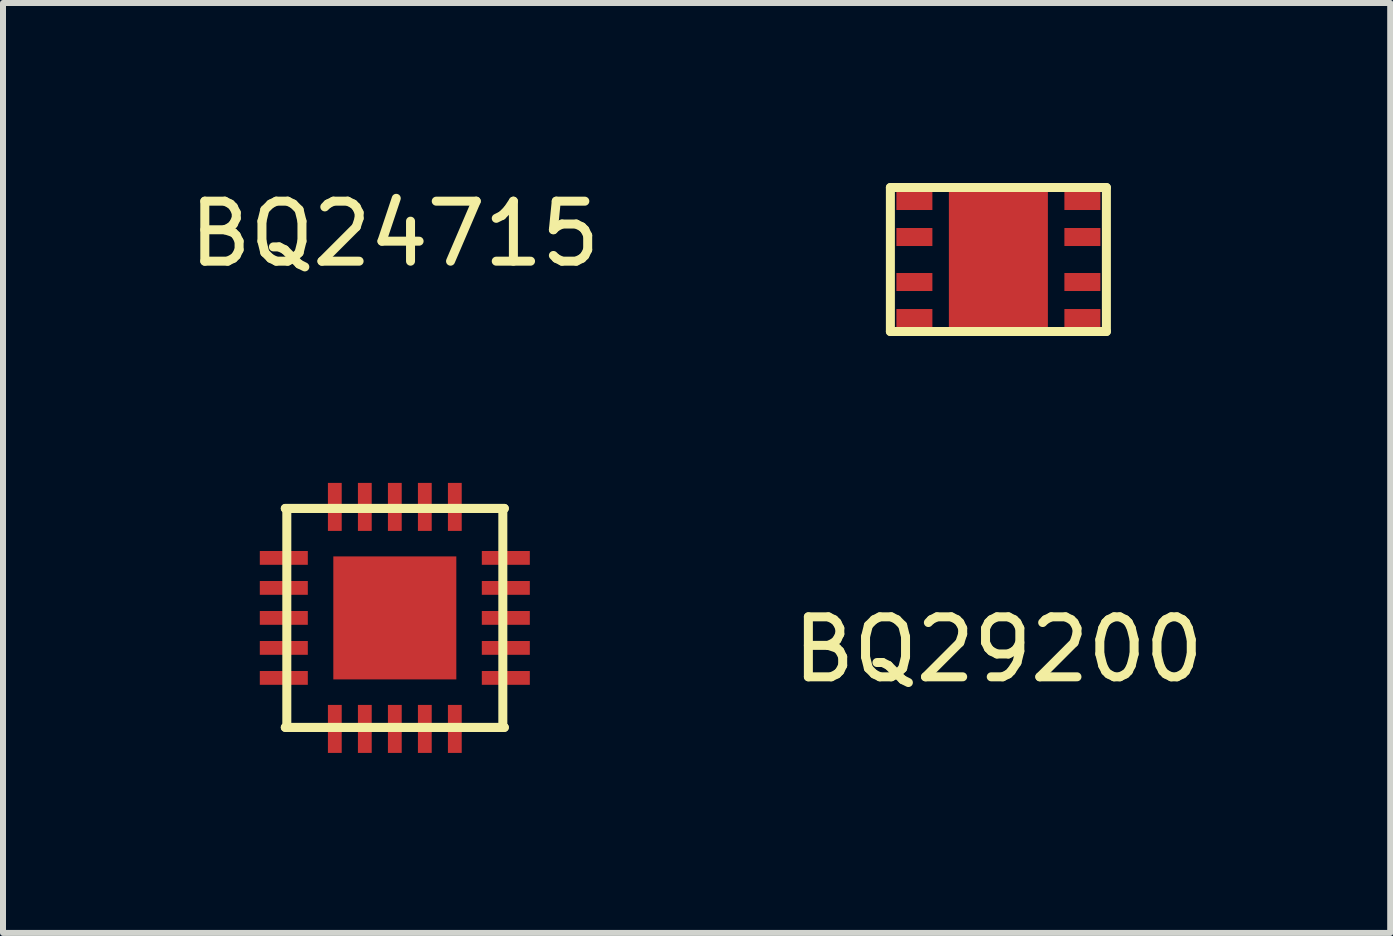
<source format=kicad_pcb>
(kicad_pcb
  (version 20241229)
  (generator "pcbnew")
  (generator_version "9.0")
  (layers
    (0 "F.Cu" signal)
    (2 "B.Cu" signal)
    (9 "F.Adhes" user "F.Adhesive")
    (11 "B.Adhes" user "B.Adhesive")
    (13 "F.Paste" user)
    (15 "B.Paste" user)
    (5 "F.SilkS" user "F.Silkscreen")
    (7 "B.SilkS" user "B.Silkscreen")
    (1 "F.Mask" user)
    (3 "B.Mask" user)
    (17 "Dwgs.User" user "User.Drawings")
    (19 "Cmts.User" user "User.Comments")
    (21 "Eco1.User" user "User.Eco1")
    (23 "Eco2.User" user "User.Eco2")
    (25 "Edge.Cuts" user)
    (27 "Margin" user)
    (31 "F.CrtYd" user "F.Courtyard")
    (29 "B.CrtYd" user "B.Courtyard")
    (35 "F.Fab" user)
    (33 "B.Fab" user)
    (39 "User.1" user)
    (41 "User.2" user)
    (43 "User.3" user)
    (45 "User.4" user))
  (footprint "BQ24715"
    (layer "F.Cu")
    (at 3.53 7.248)
    (property "Reference" "BQ24715" (at 0 -6.4 0) (layer "F.SilkS") (effects (font (size 1 1) (thickness 0.15))))
    (attr through_hole)
    (fp_line (start -1.825 -1.825) (end 1.825 -1.825) (stroke (width 0.15) (type solid)) (layer "F.SilkS"))
    (fp_line (start -1.825 1.825) (end 1.825 1.825) (stroke (width 0.15) (type solid)) (layer "F.SilkS"))
    (fp_line (start -1.8 -1.8) (end -1.8 1.8) (stroke (width 0.15) (type solid)) (layer "F.SilkS"))
    (fp_line (start 1.8 -1.8) (end 1.8 1.8) (stroke (width 0.15) (type solid)) (layer "F.SilkS"))
    (fp_line (start 1.825 -1.825) (end -1.825 -1.825) (stroke (width 0.15) (type solid)) (layer "F.SilkS"))
    (fp_line (start 1.825 1.825) (end -1.825 1.825) (stroke (width 0.15) (type solid)) (layer "F.SilkS"))
    (pad "1" smd rect (at 1 -1.85) (size 0.23 0.8) (layers "F.Cu" "F.Mask" "F.Paste"))
    (pad "2" smd rect (at 0.5 -1.85) (size 0.23 0.8) (layers "F.Cu" "F.Mask" "F.Paste"))
    (pad "3" smd rect (at 0 -1.85) (size 0.23 0.8) (layers "F.Cu" "F.Mask" "F.Paste"))
    (pad "4" smd rect (at -0.5 -1.85) (size 0.23 0.8) (layers "F.Cu" "F.Mask" "F.Paste"))
    (pad "5" smd rect (at -1 -1.85) (size 0.23 0.8) (layers "F.Cu" "F.Mask" "F.Paste"))
    (pad "6" smd rect (at -1.85 -1 90) (size 0.23 0.8) (layers "F.Cu" "F.Mask" "F.Paste"))
    (pad "7" smd rect (at -1.85 -0.5 90) (size 0.23 0.8) (layers "F.Cu" "F.Mask" "F.Paste"))
    (pad "8" smd rect (at -1.85 0 90) (size 0.23 0.8) (layers "F.Cu" "F.Mask" "F.Paste"))
    (pad "9" smd rect (at -1.85 0.5 90) (size 0.23 0.8) (layers "F.Cu" "F.Mask" "F.Paste"))
    (pad "10" smd rect (at -1.85 1 90) (size 0.23 0.8) (layers "F.Cu" "F.Mask" "F.Paste"))
    (pad "11" smd rect (at -1 1.85) (size 0.23 0.8) (layers "F.Cu" "F.Mask" "F.Paste"))
    (pad "12" smd rect (at -0.5 1.85) (size 0.23 0.8) (layers "F.Cu" "F.Mask" "F.Paste"))
    (pad "13" smd rect (at 0 1.85) (size 0.23 0.8) (layers "F.Cu" "F.Mask" "F.Paste"))
    (pad "14" smd rect (at 0.5 1.85) (size 0.23 0.8) (layers "F.Cu" "F.Mask" "F.Paste"))
    (pad "15" smd rect (at 1 1.85) (size 0.23 0.8) (layers "F.Cu" "F.Mask" "F.Paste"))
    (pad "16" smd rect (at 1.85 1 90) (size 0.23 0.8) (layers "F.Cu" "F.Mask" "F.Paste"))
    (pad "17" smd rect (at 1.85 0.5 90) (size 0.23 0.8) (layers "F.Cu" "F.Mask" "F.Paste"))
    (pad "18" smd rect (at 1.85 0 90) (size 0.23 0.8) (layers "F.Cu" "F.Mask" "F.Paste"))
    (pad "19" smd rect (at 1.85 -0.5 90) (size 0.23 0.8) (layers "F.Cu" "F.Mask" "F.Paste"))
    (pad "20" smd rect (at 1.85 -1 90) (size 0.23 0.8) (layers "F.Cu" "F.Mask" "F.Paste"))
    (pad "21" smd rect (at 0 0) (size 2.05 2.05) (layers "F.Cu" "F.Mask" "F.Paste")))
  (footprint "BQ29200"
    (layer "F.Cu")
    (at 13.589 1.275)
    (property "Reference" "BQ29200" (at 0 6.5 0) (layer "F.SilkS") (effects (font (size 1 1) (thickness 0.15))))
    (attr through_hole)
    (fp_line (start -1.8 -1.2) (end 1.8 -1.2) (stroke (width 0.15) (type solid)) (layer "F.SilkS"))
    (fp_line (start -1.8 1.2) (end -1.8 -1.2) (stroke (width 0.15) (type solid)) (layer "F.SilkS"))
    (fp_line (start 1.8 -1.2) (end 1.8 1.2) (stroke (width 0.15) (type solid)) (layer "F.SilkS"))
    (fp_line (start 1.8 1.2) (end -1.8 1.2) (stroke (width 0.15) (type solid)) (layer "F.SilkS"))
    (pad "1" smd rect (at -1.4 -0.975) (size 0.6 0.3) (layers "F.Cu" "F.Mask" "F.Paste"))
    (pad "2" smd rect (at -1.4 -0.375) (size 0.6 0.3) (layers "F.Cu" "F.Mask" "F.Paste"))
    (pad "3" smd rect (at -1.4 0.375) (size 0.6 0.3) (layers "F.Cu" "F.Mask" "F.Paste"))
    (pad "4" smd rect (at -1.4 0.975) (size 0.6 0.3) (layers "F.Cu" "F.Mask" "F.Paste"))
    (pad "5" smd rect (at 1.4 -0.975) (size 0.6 0.3) (layers "F.Cu" "F.Mask" "F.Paste"))
    (pad "6" smd rect (at 1.4 -0.375) (size 0.6 0.3) (layers "F.Cu" "F.Mask" "F.Paste"))
    (pad "7" smd rect (at 1.4 0.375) (size 0.6 0.3) (layers "F.Cu" "F.Mask" "F.Paste"))
    (pad "8" smd rect (at 1.4 0.975) (size 0.6 0.3) (layers "F.Cu" "F.Mask" "F.Paste"))
    (pad "9" smd rect (at 0 0) (size 1.65 2.4) (layers "F.Cu" "F.Mask" "F.Paste")))
  (gr_rect
    (start -3 -3)
    (end 20.119 12.498)
    (stroke (width 0.1) (type default))
    (fill no)
    (layer "Edge.Cuts")))
</source>
